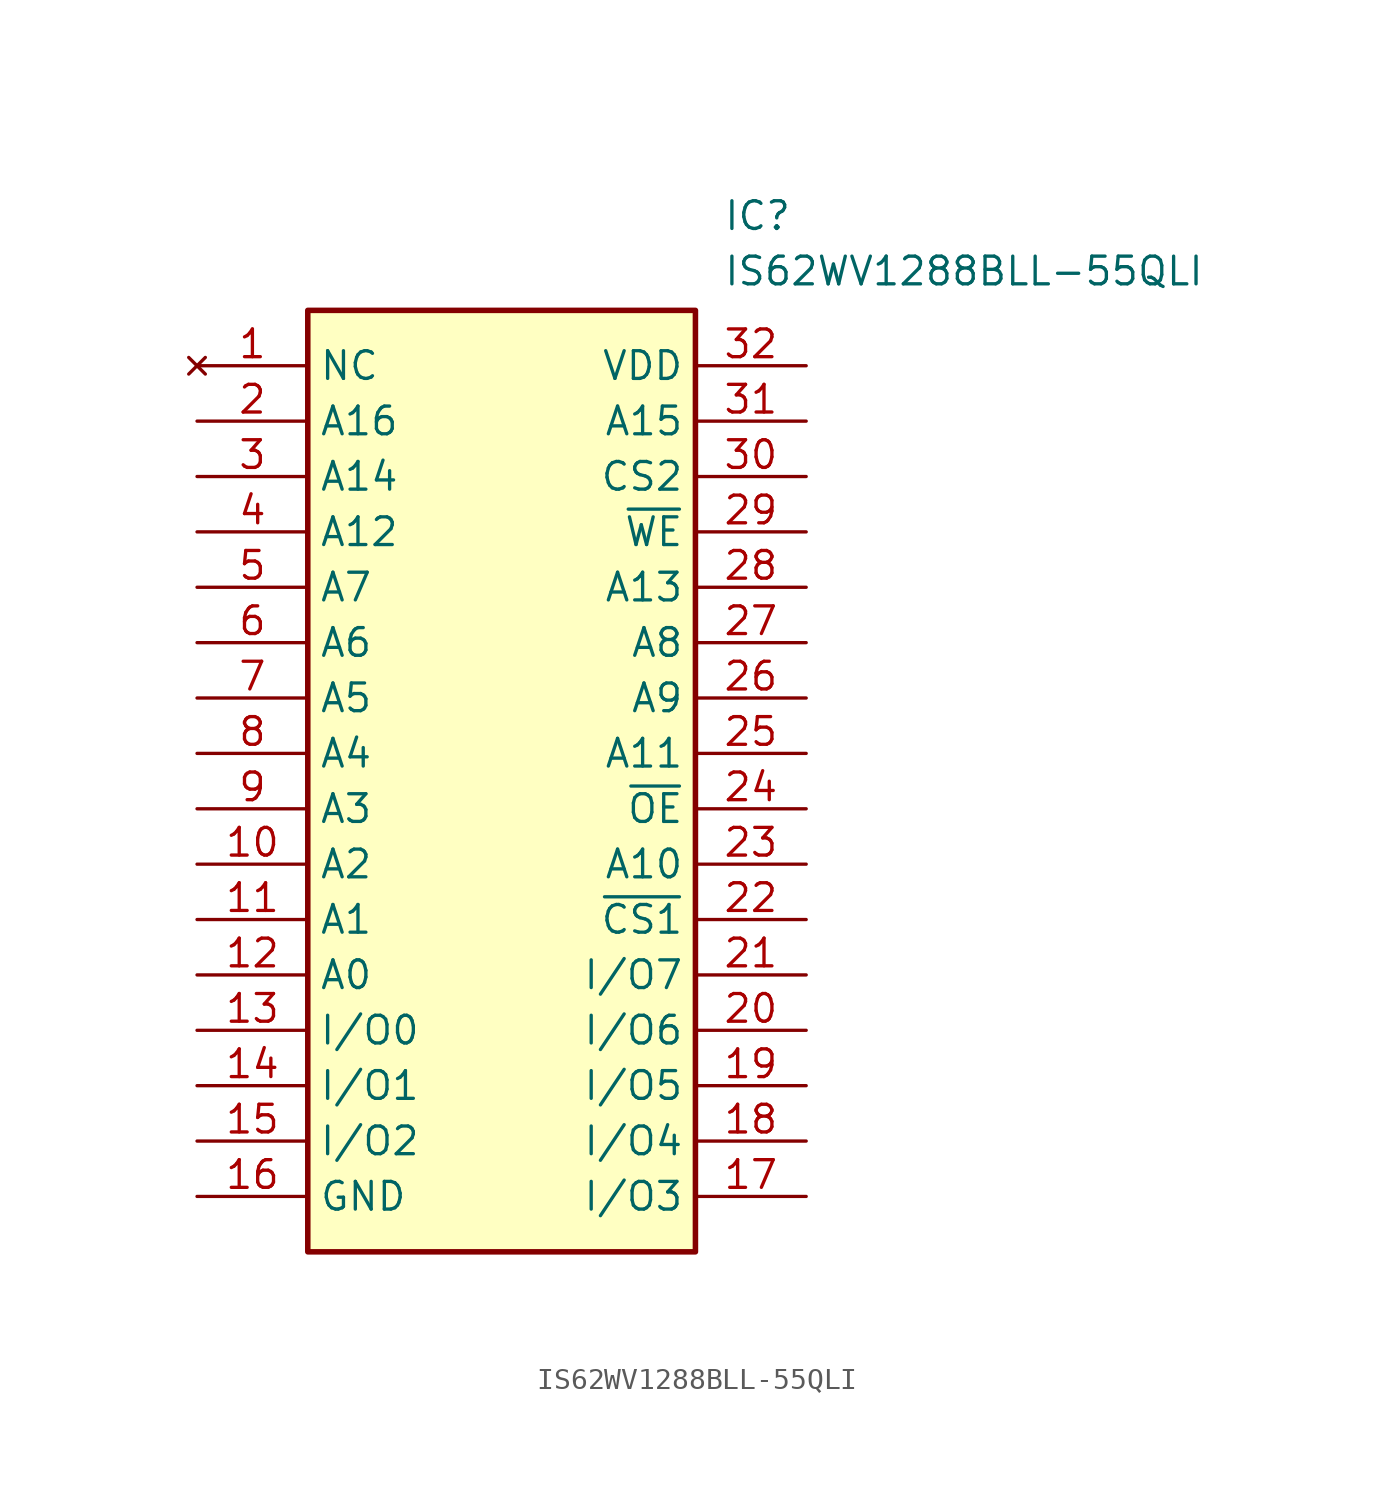
<source format=kicad_sym>
(kicad_symbol_lib
  (version 20211014)
  (generator SamacSys_ECAD_Model)
  (symbol "IS62WV1288BLL-55QLI"
    (property "Reference" "IC"
      (at 24.13 7.62 0)
      (effects (font (size 1.27 1.27)) (justify left top)))
    (property "Value" "IS62WV1288BLL-55QLI"
      (at 24.13 5.08 0)
      (effects (font (size 1.27 1.27)) (justify left top)))
    (rectangle
      (start 5.08 2.54)
      (end 22.86 -40.64)
      (stroke (width 0.254) (type default))
      (fill (type background)))
    (pin no_connect line
      (at 0 0 0)
      (length 5.08)
      (name "NC" (effects (font (size 1.27 1.27))))
      (number "1" (effects (font (size 1.27 1.27)))))
    (pin passive line
      (at 0 -2.54 0)
      (length 5.08)
      (name "A16" (effects (font (size 1.27 1.27))))
      (number "2" (effects (font (size 1.27 1.27)))))
    (pin passive line
      (at 0 -5.08 0)
      (length 5.08)
      (name "A14" (effects (font (size 1.27 1.27))))
      (number "3" (effects (font (size 1.27 1.27)))))
    (pin passive line
      (at 0 -7.62 0)
      (length 5.08)
      (name "A12" (effects (font (size 1.27 1.27))))
      (number "4" (effects (font (size 1.27 1.27)))))
    (pin passive line
      (at 0 -10.16 0)
      (length 5.08)
      (name "A7" (effects (font (size 1.27 1.27))))
      (number "5" (effects (font (size 1.27 1.27)))))
    (pin passive line
      (at 0 -12.7 0)
      (length 5.08)
      (name "A6" (effects (font (size 1.27 1.27))))
      (number "6" (effects (font (size 1.27 1.27)))))
    (pin passive line
      (at 0 -15.24 0)
      (length 5.08)
      (name "A5" (effects (font (size 1.27 1.27))))
      (number "7" (effects (font (size 1.27 1.27)))))
    (pin passive line
      (at 0 -17.78 0)
      (length 5.08)
      (name "A4" (effects (font (size 1.27 1.27))))
      (number "8" (effects (font (size 1.27 1.27)))))
    (pin passive line
      (at 0 -20.32 0)
      (length 5.08)
      (name "A3" (effects (font (size 1.27 1.27))))
      (number "9" (effects (font (size 1.27 1.27)))))
    (pin passive line
      (at 0 -22.86 0)
      (length 5.08)
      (name "A2" (effects (font (size 1.27 1.27))))
      (number "10" (effects (font (size 1.27 1.27)))))
    (pin passive line
      (at 0 -25.4 0)
      (length 5.08)
      (name "A1" (effects (font (size 1.27 1.27))))
      (number "11" (effects (font (size 1.27 1.27)))))
    (pin passive line
      (at 0 -27.94 0)
      (length 5.08)
      (name "A0" (effects (font (size 1.27 1.27))))
      (number "12" (effects (font (size 1.27 1.27)))))
    (pin passive line
      (at 0 -30.48 0)
      (length 5.08)
      (name "I/O0" (effects (font (size 1.27 1.27))))
      (number "13" (effects (font (size 1.27 1.27)))))
    (pin passive line
      (at 0 -33.02 0)
      (length 5.08)
      (name "I/O1" (effects (font (size 1.27 1.27))))
      (number "14" (effects (font (size 1.27 1.27)))))
    (pin passive line
      (at 0 -35.56 0)
      (length 5.08)
      (name "I/O2" (effects (font (size 1.27 1.27))))
      (number "15" (effects (font (size 1.27 1.27)))))
    (pin passive line
      (at 0 -38.1 0)
      (length 5.08)
      (name "GND" (effects (font (size 1.27 1.27))))
      (number "16" (effects (font (size 1.27 1.27)))))
    (pin passive line
      (at 27.94 0 180)
      (length 5.08)
      (name "VDD" (effects (font (size 1.27 1.27))))
      (number "32" (effects (font (size 1.27 1.27)))))
    (pin passive line
      (at 27.94 -2.54 180)
      (length 5.08)
      (name "A15" (effects (font (size 1.27 1.27))))
      (number "31" (effects (font (size 1.27 1.27)))))
    (pin passive line
      (at 27.94 -5.08 180)
      (length 5.08)
      (name "CS2" (effects (font (size 1.27 1.27))))
      (number "30" (effects (font (size 1.27 1.27)))))
    (pin passive line
      (at 27.94 -7.62 180)
      (length 5.08)
      (name "~{WE}" (effects (font (size 1.27 1.27))))
      (number "29" (effects (font (size 1.27 1.27)))))
    (pin passive line
      (at 27.94 -10.16 180)
      (length 5.08)
      (name "A13" (effects (font (size 1.27 1.27))))
      (number "28" (effects (font (size 1.27 1.27)))))
    (pin passive line
      (at 27.94 -12.7 180)
      (length 5.08)
      (name "A8" (effects (font (size 1.27 1.27))))
      (number "27" (effects (font (size 1.27 1.27)))))
    (pin passive line
      (at 27.94 -15.24 180)
      (length 5.08)
      (name "A9" (effects (font (size 1.27 1.27))))
      (number "26" (effects (font (size 1.27 1.27)))))
    (pin passive line
      (at 27.94 -17.78 180)
      (length 5.08)
      (name "A11" (effects (font (size 1.27 1.27))))
      (number "25" (effects (font (size 1.27 1.27)))))
    (pin passive line
      (at 27.94 -20.32 180)
      (length 5.08)
      (name "~{OE}" (effects (font (size 1.27 1.27))))
      (number "24" (effects (font (size 1.27 1.27)))))
    (pin passive line
      (at 27.94 -22.86 180)
      (length 5.08)
      (name "A10" (effects (font (size 1.27 1.27))))
      (number "23" (effects (font (size 1.27 1.27)))))
    (pin passive line
      (at 27.94 -25.4 180)
      (length 5.08)
      (name "~{CS1}" (effects (font (size 1.27 1.27))))
      (number "22" (effects (font (size 1.27 1.27)))))
    (pin passive line
      (at 27.94 -27.94 180)
      (length 5.08)
      (name "I/O7" (effects (font (size 1.27 1.27))))
      (number "21" (effects (font (size 1.27 1.27)))))
    (pin passive line
      (at 27.94 -30.48 180)
      (length 5.08)
      (name "I/O6" (effects (font (size 1.27 1.27))))
      (number "20" (effects (font (size 1.27 1.27)))))
    (pin passive line
      (at 27.94 -33.02 180)
      (length 5.08)
      (name "I/O5" (effects (font (size 1.27 1.27))))
      (number "19" (effects (font (size 1.27 1.27)))))
    (pin passive line
      (at 27.94 -35.56 180)
      (length 5.08)
      (name "I/O4" (effects (font (size 1.27 1.27))))
      (number "18" (effects (font (size 1.27 1.27)))))
    (pin passive line
      (at 27.94 -38.1 180)
      (length 5.08)
      (name "I/O3" (effects (font (size 1.27 1.27))))
      (number "17" (effects (font (size 1.27 1.27)))))))
</source>
